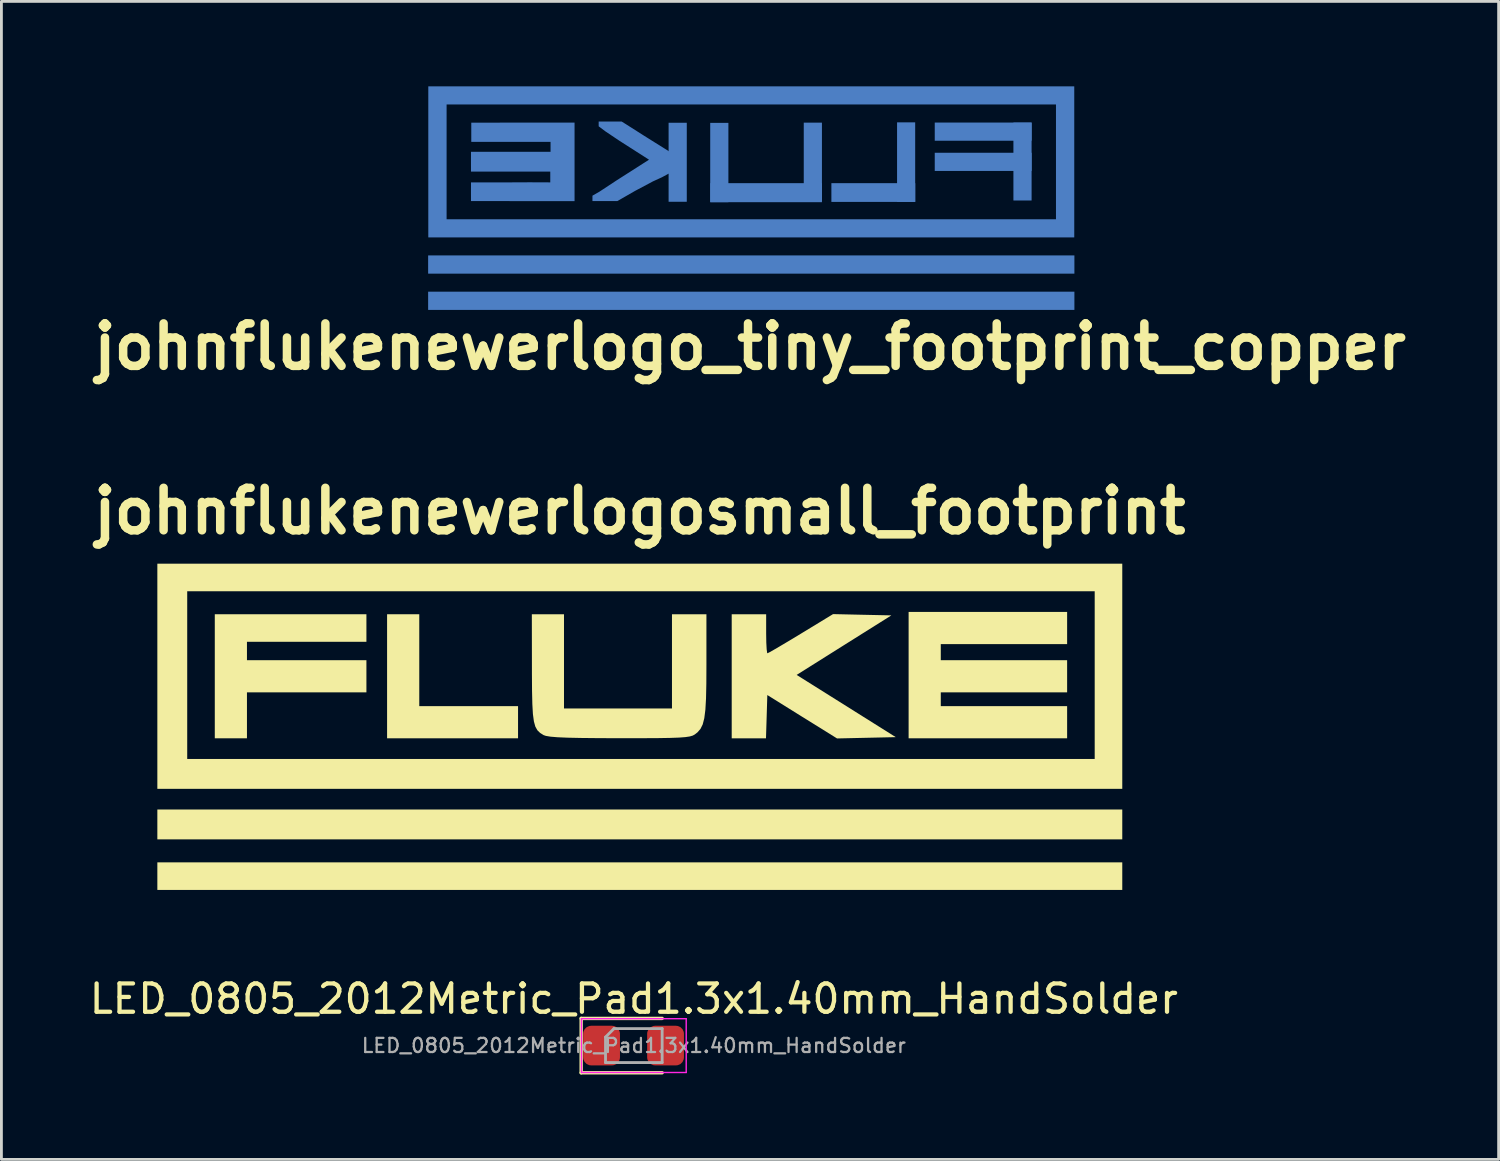
<source format=kicad_pcb>
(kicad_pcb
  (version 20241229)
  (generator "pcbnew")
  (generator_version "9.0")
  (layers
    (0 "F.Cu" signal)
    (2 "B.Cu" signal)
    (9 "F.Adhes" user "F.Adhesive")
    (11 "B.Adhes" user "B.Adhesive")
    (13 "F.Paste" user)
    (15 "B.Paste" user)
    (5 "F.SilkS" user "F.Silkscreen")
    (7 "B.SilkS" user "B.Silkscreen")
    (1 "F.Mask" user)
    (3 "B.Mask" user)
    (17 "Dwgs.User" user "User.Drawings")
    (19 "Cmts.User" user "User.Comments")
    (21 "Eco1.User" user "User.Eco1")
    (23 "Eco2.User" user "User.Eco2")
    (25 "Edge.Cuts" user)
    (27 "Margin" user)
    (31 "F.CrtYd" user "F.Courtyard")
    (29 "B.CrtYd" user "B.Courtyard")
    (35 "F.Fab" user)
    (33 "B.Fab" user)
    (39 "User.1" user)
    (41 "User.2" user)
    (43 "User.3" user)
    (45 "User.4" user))
  (footprint "LED_0805_2012Metric_Pad1.3x1.40mm_HandSolder"
    (layer "F.Cu")
    (at 19.339 33.883)
    (property "Reference" "LED_0805_2012Metric_Pad1.3x1.40mm_HandSolder" (at 0 -1.65 0) (layer "F.SilkS") (effects (font (size 1 1) (thickness 0.15))))
    (attr smd)
    (fp_line (start -1.86 -0.96) (end -1.86 0.96) (stroke (width 0.12) (type solid)) (layer "F.SilkS"))
    (fp_line (start -1.86 0.96) (end 1 0.96) (stroke (width 0.12) (type solid)) (layer "F.SilkS"))
    (fp_line (start 1 -0.96) (end -1.86 -0.96) (stroke (width 0.12) (type solid)) (layer "F.SilkS"))
    (fp_line (start -1.85 -0.95) (end 1.85 -0.95) (stroke (width 0.05) (type solid)) (layer "F.CrtYd"))
    (fp_line (start -1.85 0.95) (end -1.85 -0.95) (stroke (width 0.05) (type solid)) (layer "F.CrtYd"))
    (fp_line (start 1.85 -0.95) (end 1.85 0.95) (stroke (width 0.05) (type solid)) (layer "F.CrtYd"))
    (fp_line (start 1.85 0.95) (end -1.85 0.95) (stroke (width 0.05) (type solid)) (layer "F.CrtYd"))
    (fp_line (start -1 -0.3) (end -1 0.6) (stroke (width 0.1) (type solid)) (layer "F.Fab"))
    (fp_line (start -1 0.6) (end 1 0.6) (stroke (width 0.1) (type solid)) (layer "F.Fab"))
    (fp_line (start -0.7 -0.6) (end -1 -0.3) (stroke (width 0.1) (type solid)) (layer "F.Fab"))
    (fp_line (start 1 -0.6) (end -0.7 -0.6) (stroke (width 0.1) (type solid)) (layer "F.Fab"))
    (fp_line (start 1 0.6) (end 1 -0.6) (stroke (width 0.1) (type solid)) (layer "F.Fab"))
    (fp_text user "${REFERENCE}" (at 0 0 0) (layer "F.Fab") (effects (font (size 0.5 0.5) (thickness 0.08))))
    (pad "1" smd roundrect (at -1.14 0) (size 1.3 1.4) (layers "F.Cu" "F.Mask" "F.Paste") (roundrect_rratio 0.217))
    (pad "2" smd roundrect (at 1.12 0) (size 1.3 1.4) (layers "F.Cu" "F.Mask" "F.Paste") (roundrect_rratio 0.217)))
  (footprint "johnflukenewerlogosmall_footprint"
    (layer "F.Cu")
    (at 19.55 22.623)
    (property "Reference" "johnflukenewerlogosmall_footprint" (at 0 -7.62 0) (layer "F.SilkS") (effects (font (size 1.5 1.5) (thickness 0.3))))
    (attr board_only exclude_from_pos_files exclude_from_bom)
    (fp_poly (pts (xy 17.042 3.449) (xy 17.042 3.976) (xy 0 3.976) (xy -17.042 3.976) (xy -17.042 3.449) (xy -17.042 2.921) (xy 0 2.921) (xy 17.042 2.921)) (stroke (width 0) (type solid)) (fill yes) (layer "F.SilkS"))
    (fp_poly (pts (xy 17.042 5.275) (xy 17.042 5.762) (xy 0 5.762) (xy -17.042 5.762) (xy -17.042 5.275) (xy -17.042 4.788) (xy 0 4.788) (xy 17.042 4.788)) (stroke (width 0) (type solid)) (fill yes) (layer "F.SilkS"))
    (fp_poly (pts (xy -7.79 -2.353) (xy -7.79 -0.73) (xy -6.046 -0.73) (xy -4.301 -0.73) (xy -4.301 -0.162) (xy -4.301 0.406) (xy -6.614 0.406) (xy -8.927 0.406) (xy -8.927 -1.785) (xy -8.927 -3.976) (xy -8.358 -3.976) (xy -7.79 -3.976)) (stroke (width 0) (type solid)) (fill yes) (layer "F.SilkS"))
    (fp_poly (pts (xy 17.042 -1.785) (xy 17.042 2.191) (xy 0 2.191) (xy -17.042 2.191) (xy -17.042 -1.785) (xy -17.042 -4.788) (xy -15.987 -4.788) (xy -15.987 -1.826) (xy -15.987 1.136) (xy 0.041 1.136) (xy 16.068 1.136) (xy 16.068 -1.826) (xy 16.068 -4.788) (xy 0.041 -4.788) (xy -15.987 -4.788) (xy -17.042 -4.788) (xy -17.042 -5.762) (xy 0 -5.762) (xy 17.042 -5.762)) (stroke (width 0) (type solid)) (fill yes) (layer "F.SilkS"))
    (fp_poly (pts (xy -9.657 -3.489) (xy -9.657 -3.003) (xy -11.767 -3.003) (xy -13.877 -3.003) (xy -13.877 -2.678) (xy -13.877 -2.353) (xy -11.767 -2.353) (xy -9.657 -2.353) (xy -9.657 -1.785) (xy -9.657 -1.217) (xy -11.767 -1.217) (xy -13.877 -1.217) (xy -13.877 -0.406) (xy -13.877 0.406) (xy -14.445 0.406) (xy -15.013 0.406) (xy -15.013 -1.785) (xy -15.013 -3.976) (xy -12.335 -3.976) (xy -9.657 -3.976)) (stroke (width 0) (type solid)) (fill yes) (layer "F.SilkS"))
    (fp_poly (pts (xy 15.094 -3.489) (xy 15.094 -2.921) (xy 12.862 -2.921) (xy 10.631 -2.921) (xy 10.631 -2.637) (xy 10.631 -2.353) (xy 12.862 -2.353) (xy 15.094 -2.353) (xy 15.094 -1.785) (xy 15.094 -1.217) (xy 12.862 -1.217) (xy 10.631 -1.217) (xy 10.631 -0.974) (xy 10.631 -0.73) (xy 12.862 -0.73) (xy 15.094 -0.73) (xy 15.094 -0.162) (xy 15.094 0.406) (xy 12.294 0.406) (xy 9.495 0.406) (xy 9.495 -1.826) (xy 9.495 -4.058) (xy 12.294 -4.058) (xy 15.094 -4.058)) (stroke (width 0) (type solid)) (fill yes) (layer "F.SilkS"))
    (fp_poly (pts (xy 7.856 -3.958) (xy 8.886 -3.936) (xy 7.213 -2.885) (xy 5.54 -1.833) (xy 7.291 -0.734) (xy 9.041 0.365) (xy 8.004 0.388) (xy 6.967 0.411) (xy 5.735 -0.355) (xy 4.504 -1.122) (xy 4.481 -0.358) (xy 4.457 0.406) (xy 3.852 0.406) (xy 3.246 0.406) (xy 3.246 -1.785) (xy 3.246 -3.976) (xy 3.855 -3.976) (xy 4.463 -3.976) (xy 4.463 -3.287) (xy 4.468 -2.975) (xy 4.481 -2.736) (xy 4.499 -2.609) (xy 4.507 -2.597) (xy 4.588 -2.637) (xy 4.783 -2.748) (xy 5.068 -2.916) (xy 5.42 -3.126) (xy 5.689 -3.289) (xy 6.826 -3.981)) (stroke (width 0) (type solid)) (fill yes) (layer "F.SilkS"))
    (fp_poly (pts (xy -2.678 -2.313) (xy -2.678 -0.649) (xy -0.771 -0.649) (xy 1.136 -0.649) (xy 1.136 -2.313) (xy 1.136 -3.976) (xy 1.745 -3.976) (xy 2.353 -3.976) (xy 2.353 -2.188) (xy 2.35 -1.526) (xy 2.339 -1.004) (xy 2.316 -0.604) (xy 2.278 -0.305) (xy 2.222 -0.086) (xy 2.143 0.074) (xy 2.039 0.194) (xy 1.938 0.273) (xy 1.867 0.311) (xy 1.763 0.341) (xy 1.607 0.364) (xy 1.382 0.381) (xy 1.07 0.392) (xy 0.653 0.399) (xy 0.114 0.402) (xy -0.567 0.403) (xy -0.728 0.403) (xy -1.479 0.4) (xy -2.082 0.394) (xy -2.553 0.384) (xy -2.906 0.369) (xy -3.156 0.348) (xy -3.318 0.321) (xy -3.399 0.293) (xy -3.523 0.215) (xy -3.618 0.122) (xy -3.69 -0.006) (xy -3.741 -0.19) (xy -3.776 -0.45) (xy -3.796 -0.805) (xy -3.807 -1.277) (xy -3.811 -1.885) (xy -3.811 -2.09) (xy -3.814 -3.976) (xy -3.246 -3.976) (xy -2.678 -3.976)) (stroke (width 0) (type solid)) (fill yes) (layer "F.SilkS")))
  (footprint "johnflukenewerlogo_tiny_footprint_copper"
    (layer "F.Cu")
    (at 23.483 3.845)
    (property "Reference" "johnflukenewerlogo_tiny_footprint_copper" (at -0.04 5.35 0) (layer "F.SilkS") (effects (font (size 1.5 1.5) (thickness 0.3))))
    (attr board_only exclude_from_pos_files exclude_from_bom)
    (fp_rect (start -2.274 -2.559) (end -2.916 0.232) (stroke (width 0) (type solid)) (fill yes) (layer "B.Cu"))
    (fp_rect (start -0.804 -2.555) (end -1.446 0.247) (stroke (width 0) (type solid)) (fill yes) (layer "B.Cu"))
    (fp_rect (start 2.5 -2.563) (end 1.858 0.217) (stroke (width 0) (type solid)) (fill yes) (layer "B.Cu"))
    (fp_rect (start 2.5 -0.425) (end -1.441 0.247) (stroke (width 0) (type solid)) (fill yes) (layer "B.Cu"))
    (fp_rect (start 5.794 -2.573) (end 5.154 0.237) (stroke (width 0) (type solid)) (fill yes) (layer "B.Cu"))
    (fp_rect (start 5.796 -0.425) (end 2.834 0.237) (stroke (width 0) (type solid)) (fill yes) (layer "B.Cu"))
    (fp_rect (start 9.906 -2.565) (end 9.264 0.187) (stroke (width 0) (type solid)) (fill yes) (layer "B.Cu"))
    (fp_rect (start 9.907 -2.566) (end 6.485 -1.924) (stroke (width 0) (type solid)) (fill yes) (layer "B.Cu"))
    (fp_rect (start 9.907 -1.499) (end 6.485 -0.857) (stroke (width 0) (type solid)) (fill yes) (layer "B.Cu"))
    (fp_rect (start 11.418 2.127) (end -11.41 2.771) (stroke (width 0) (type solid)) (fill yes) (layer "B.Cu"))
    (fp_rect (start 11.418 3.408) (end -11.41 4.052) (stroke (width 0) (type solid)) (fill yes) (layer "B.Cu"))
    (fp_poly (pts (xy -11.404 -1.177) (xy -11.404 1.491) (xy 0.004 1.491) (xy 11.413 1.491) (xy 11.413 -1.177) (xy 10.767 -1.177) (xy 10.767 0.85) (xy 0.004 0.85) (xy -10.758 0.85) (xy -10.758 -1.177) (xy -10.758 -3.205) (xy 0.004 -3.205) (xy 10.767 -3.205) (xy 10.767 -1.177) (xy 11.413 -1.177) (xy 11.413 -3.845) (xy 0.004 -3.845) (xy -11.404 -3.845)) (stroke (width 0) (type solid)) (fill yes) (layer "B.Cu"))
    (fp_poly (pts (xy -2.776 -2.093) (xy -2.846 -1.993) (xy -2.876 -1.533) (xy -3.786 -2.103) (xy -4.415 -2.503) (xy -4.576 -2.603) (xy -5.12 -2.603) (xy -5.386 -2.603) (xy -5.386 -2.433) (xy -5.146 -2.253) (xy -4.654 -1.923) (xy -3.608 -1.254) (xy -4.755 -0.522) (xy -5.352 -0.129) (xy -5.606 0.017) (xy -5.606 0.207) (xy -5.336 0.207) (xy -4.726 0.207) (xy -4.095 -0.155) (xy -3.978 -0.217) (xy -3.475 -0.485) (xy -3.152 -0.633) (xy -2.91 -0.764) (xy -2.828 -0.584) (xy -2.776 -0.203) (xy -2.766 0.007) (xy -2.606 0.037) (xy -2.486 0.027) (xy -2.456 -0.123) (xy -2.446 -0.663) (xy -2.426 -1.133) (xy -2.366 -1.863) (xy -2.366 -2.023) (xy -2.466 -2.093) (xy -2.586 -2.103)) (stroke (width 0) (type solid)) (fill yes) (layer "B.Cu"))
    (fp_poly (pts (xy -8.996 -2.563) (xy -9.542 -2.563) (xy -9.886 -2.563) (xy -9.886 -2.243) (xy -9.886 -1.883) (xy -9.47 -1.883) (xy -8.816 -1.883) (xy -8.498 -1.883) (xy -7.766 -1.883) (xy -7.086 -1.883) (xy -7.086 -1.723) (xy -7.086 -1.533) (xy -7.821 -1.533) (xy -8.506 -1.533) (xy -9.286 -1.533) (xy -9.716 -1.533) (xy -9.896 -1.533) (xy -9.897 -1.177) (xy -9.896 -0.833) (xy -9.476 -0.833) (xy -8.916 -0.833) (xy -8.498 -0.833) (xy -7.776 -0.833) (xy -7.096 -0.833) (xy -7.096 -0.643) (xy -7.096 -0.453) (xy -7.821 -0.456) (xy -8.506 -0.453) (xy -9.306 -0.453) (xy -9.896 -0.453) (xy -9.896 -0.273) (xy -9.897 -0.11) (xy -9.896 0.207) (xy -9.646 0.207) (xy -8.969 0.207) (xy -8.068 0.21) (xy -6.238 0.21) (xy -6.238 -1.177) (xy -6.238 -2.565) (xy -8.066 -2.565)) (stroke (width 0) (type solid)) (fill yes) (layer "B.Cu")))
  (gr_rect
    (start -3 -3)
    (end 49.886 37.903)
    (stroke (width 0.1) (type default))
    (fill no)
    (layer "Edge.Cuts")))
</source>
